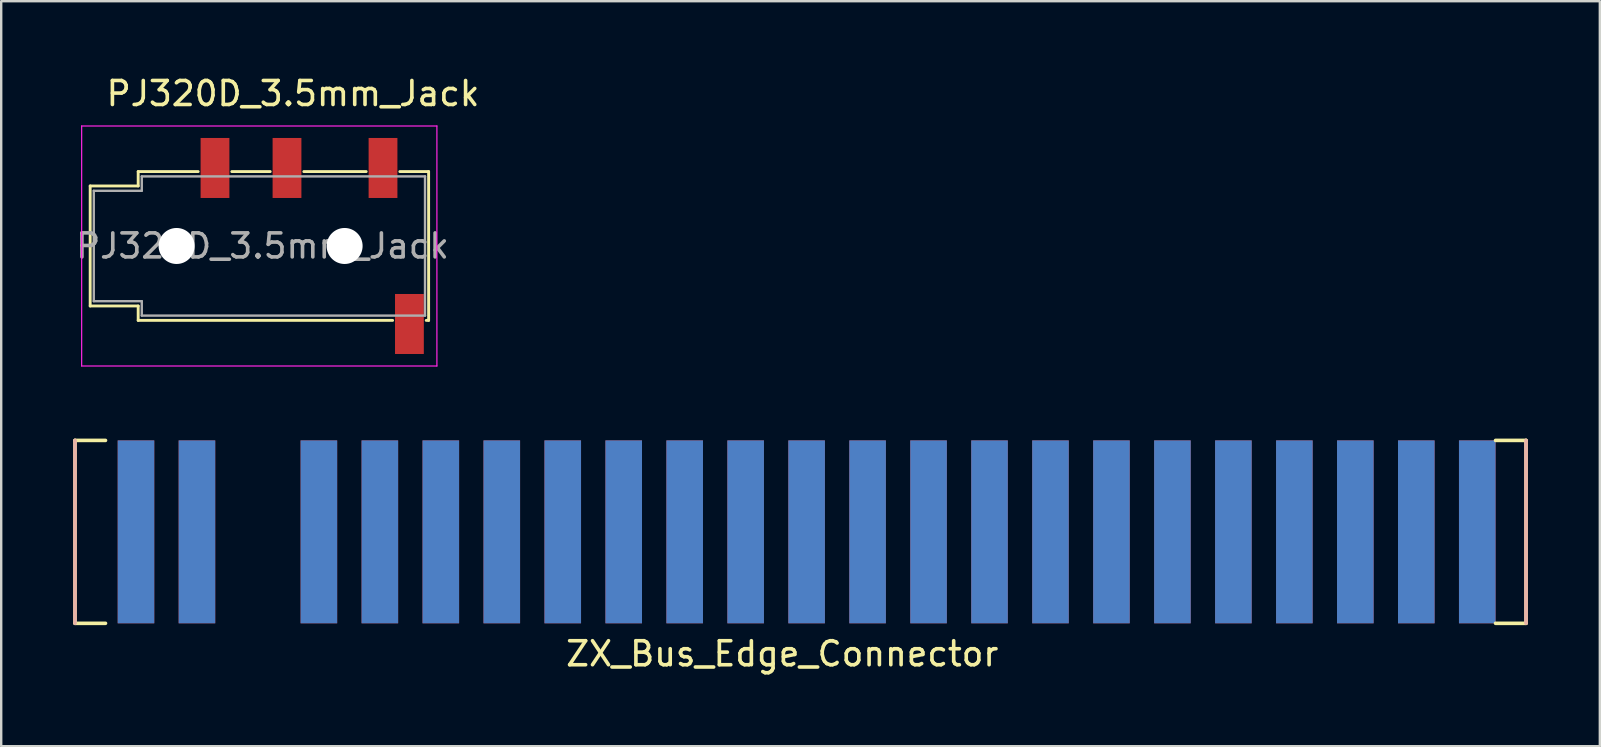
<source format=kicad_pcb>
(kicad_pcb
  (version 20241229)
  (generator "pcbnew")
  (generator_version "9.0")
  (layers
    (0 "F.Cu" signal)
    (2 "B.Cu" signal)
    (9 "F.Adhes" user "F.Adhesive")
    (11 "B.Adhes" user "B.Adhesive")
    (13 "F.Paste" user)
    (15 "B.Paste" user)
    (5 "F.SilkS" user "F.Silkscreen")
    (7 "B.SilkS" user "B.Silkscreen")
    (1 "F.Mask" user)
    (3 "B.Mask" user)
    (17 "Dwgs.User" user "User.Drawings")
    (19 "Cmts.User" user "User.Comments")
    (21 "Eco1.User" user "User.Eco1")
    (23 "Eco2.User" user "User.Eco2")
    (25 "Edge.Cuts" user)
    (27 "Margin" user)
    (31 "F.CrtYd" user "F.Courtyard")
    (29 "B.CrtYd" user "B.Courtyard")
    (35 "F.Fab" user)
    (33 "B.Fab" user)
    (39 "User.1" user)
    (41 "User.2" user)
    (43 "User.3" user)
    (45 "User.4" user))
  (footprint "PJ320D_3.5mm_Jack"
    (layer "F.Cu")
    (at 9.082 7.198)
    (property "Reference" "PJ320D_3.5mm_Jack" (at 0.075 -6.35 0) (layer "F.SilkS") (effects (font (size 1 1) (thickness 0.15))))
    (attr smd)
    (fp_line (start -8.375 -2.5) (end -8.375 2.5) (stroke (width 0.12) (type solid)) (layer "F.SilkS"))
    (fp_line (start -6.375 -3.1) (end -6.375 -2.5) (stroke (width 0.12) (type solid)) (layer "F.SilkS"))
    (fp_line (start -6.375 -3.1) (end -3.875 -3.1) (stroke (width 0.12) (type solid)) (layer "F.SilkS"))
    (fp_line (start -6.375 -2.5) (end -8.375 -2.5) (stroke (width 0.12) (type solid)) (layer "F.SilkS"))
    (fp_line (start -6.375 2.5) (end -8.375 2.5) (stroke (width 0.12) (type solid)) (layer "F.SilkS"))
    (fp_line (start -6.375 2.5) (end -6.375 3.1) (stroke (width 0.12) (type solid)) (layer "F.SilkS"))
    (fp_line (start -2.475 -3.1) (end -0.875 -3.1) (stroke (width 0.12) (type solid)) (layer "F.SilkS"))
    (fp_line (start 0.525 -3.1) (end 3.125 -3.1) (stroke (width 0.12) (type solid)) (layer "F.SilkS"))
    (fp_line (start 4.225 3.1) (end -6.375 3.1) (stroke (width 0.12) (type solid)) (layer "F.SilkS"))
    (fp_line (start 4.525 -3.1) (end 5.725 -3.1) (stroke (width 0.12) (type solid)) (layer "F.SilkS"))
    (fp_line (start 5.625 3.1) (end 5.725 3.1) (stroke (width 0.12) (type solid)) (layer "F.SilkS"))
    (fp_line (start 5.725 3.1) (end 5.725 -3.1) (stroke (width 0.12) (type solid)) (layer "F.SilkS"))
    (fp_line (start -8.73 -5) (end 6.07 -5) (stroke (width 0.05) (type solid)) (layer "F.CrtYd"))
    (fp_line (start -8.73 5) (end -8.73 -5) (stroke (width 0.05) (type solid)) (layer "F.CrtYd"))
    (fp_line (start -8.73 5) (end 6.07 5) (stroke (width 0.05) (type solid)) (layer "F.CrtYd"))
    (fp_line (start 6.07 5) (end 6.07 -5) (stroke (width 0.05) (type solid)) (layer "F.CrtYd"))
    (fp_line (start -8.225 -2.3) (end -6.225 -2.3) (stroke (width 0.1) (type solid)) (layer "F.Fab"))
    (fp_line (start -8.225 2.3) (end -8.225 -2.3) (stroke (width 0.1) (type solid)) (layer "F.Fab"))
    (fp_line (start -6.225 -2.9) (end 5.575 -2.9) (stroke (width 0.1) (type solid)) (layer "F.Fab"))
    (fp_line (start -6.225 -2.3) (end -6.225 -2.9) (stroke (width 0.1) (type solid)) (layer "F.Fab"))
    (fp_line (start -6.225 2.3) (end -8.225 2.3) (stroke (width 0.1) (type solid)) (layer "F.Fab"))
    (fp_line (start -6.225 2.9) (end -6.225 2.3) (stroke (width 0.1) (type solid)) (layer "F.Fab"))
    (fp_line (start 5.575 -2.9) (end 5.575 2.9) (stroke (width 0.1) (type solid)) (layer "F.Fab"))
    (fp_line (start 5.575 2.9) (end -6.225 2.9) (stroke (width 0.1) (type solid)) (layer "F.Fab"))
    (fp_text user "${REFERENCE}" (at -1.195 0 0) (layer "F.Fab") (effects (font (size 1 1) (thickness 0.15))))
    (pad "" np_thru_hole circle (at -4.775 0) (size 1.5 1.5) (drill 1.5) (layers "*.Cu" "*.Mask"))
    (pad "" np_thru_hole circle (at 2.225 0) (size 1.5 1.5) (drill 1.5) (layers "*.Cu" "*.Mask"))
    (pad "1" smd rect (at 3.825 -3.25) (size 1.2 2.5) (layers "F.Cu" "F.Mask" "F.Paste"))
    (pad "2" smd rect (at -0.175 -3.25) (size 1.2 2.5) (layers "F.Cu" "F.Mask" "F.Paste"))
    (pad "3" smd rect (at -3.175 -3.25) (size 1.2 2.5) (layers "F.Cu" "F.Mask" "F.Paste"))
    (pad "4" smd rect (at 4.925 3.25) (size 1.2 2.5) (layers "F.Cu" "F.Mask" "F.Paste")))
  (footprint "ZX_Bus_Edge_Connector"
    (layer "F.Cu")
    (at 29.285 19.108)
    (property "Reference" "ZX_Bus_Edge_Connector" (at 0.254 5.08 0) (layer "F.SilkS") (effects (font (size 1 1) (thickness 0.15))))
    (attr through_hole)
    (fp_line (start -29.21 -3.81) (end -29.21 3.81) (stroke (width 0.15) (type solid)) (layer "F.SilkS"))
    (fp_line (start -27.94 -3.81) (end -29.21 -3.81) (stroke (width 0.15) (type solid)) (layer "F.SilkS"))
    (fp_line (start -27.94 3.81) (end -29.21 3.81) (stroke (width 0.15) (type solid)) (layer "F.SilkS"))
    (fp_line (start 31.242 -3.81) (end 29.972 -3.81) (stroke (width 0.15) (type solid)) (layer "F.SilkS"))
    (fp_line (start 31.242 -3.81) (end 31.242 3.81) (stroke (width 0.15) (type solid)) (layer "F.SilkS"))
    (fp_line (start 31.242 3.81) (end 29.972 3.81) (stroke (width 0.15) (type solid)) (layer "F.SilkS"))
    (fp_line (start -29.21 3.81) (end -29.21 -3.81) (stroke (width 0.15) (type solid)) (layer "B.SilkS"))
    (fp_line (start 31.242 -3.81) (end 31.242 3.81) (stroke (width 0.15) (type solid)) (layer "B.SilkS"))
    (pad "A1" smd rect (at -26.67 0) (size 1.524 7.62) (layers "F.Cu" "F.Mask" "F.Paste"))
    (pad "A2" smd rect (at -24.13 0) (size 1.524 7.62) (layers "F.Cu" "F.Mask" "F.Paste"))
    (pad "A4" smd rect (at -19.05 0) (size 1.524 7.62) (layers "F.Cu" "F.Mask" "F.Paste"))
    (pad "A5" smd rect (at -16.51 0) (size 1.524 7.62) (layers "F.Cu" "F.Mask" "F.Paste"))
    (pad "A6" smd rect (at -13.97 0) (size 1.524 7.62) (layers "F.Cu" "F.Mask" "F.Paste"))
    (pad "A7" smd rect (at -11.43 0) (size 1.524 7.62) (layers "F.Cu" "F.Mask" "F.Paste"))
    (pad "A8" smd rect (at -8.89 0) (size 1.524 7.62) (layers "F.Cu" "F.Mask" "F.Paste"))
    (pad "A9" smd rect (at -6.35 0) (size 1.524 7.62) (layers "F.Cu" "F.Mask" "F.Paste"))
    (pad "A10" smd rect (at -3.81 0) (size 1.524 7.62) (layers "F.Cu" "F.Mask" "F.Paste"))
    (pad "A11" smd rect (at -1.27 0) (size 1.524 7.62) (layers "F.Cu" "F.Mask" "F.Paste"))
    (pad "A12" smd rect (at 1.27 0) (size 1.524 7.62) (layers "F.Cu" "F.Mask" "F.Paste"))
    (pad "A13" smd rect (at 3.81 0) (size 1.524 7.62) (layers "F.Cu" "F.Mask" "F.Paste"))
    (pad "A14" smd rect (at 6.35 0) (size 1.524 7.62) (layers "F.Cu" "F.Mask" "F.Paste"))
    (pad "A15" smd rect (at 8.89 0) (size 1.524 7.62) (layers "F.Cu" "F.Mask" "F.Paste"))
    (pad "A16" smd rect (at 11.43 0) (size 1.524 7.62) (layers "F.Cu" "F.Mask" "F.Paste"))
    (pad "A17" smd rect (at 13.97 0) (size 1.524 7.62) (layers "F.Cu" "F.Mask" "F.Paste"))
    (pad "A18" smd rect (at 16.51 0) (size 1.524 7.62) (layers "F.Cu" "F.Mask" "F.Paste"))
    (pad "A19" smd rect (at 19.05 0) (size 1.524 7.62) (layers "F.Cu" "F.Mask" "F.Paste"))
    (pad "A20" smd rect (at 21.59 0) (size 1.524 7.62) (layers "F.Cu" "F.Mask" "F.Paste"))
    (pad "A21" smd rect (at 24.13 0) (size 1.524 7.62) (layers "F.Cu" "F.Mask" "F.Paste"))
    (pad "A22" smd rect (at 26.67 0) (size 1.524 7.62) (layers "F.Cu" "F.Mask" "F.Paste"))
    (pad "A23" smd rect (at 29.21 0) (size 1.524 7.62) (layers "F.Cu" "F.Mask" "F.Paste"))
    (pad "B1" smd rect (at -26.67 0) (size 1.524 7.62) (layers "B.Cu" "B.Mask" "B.Paste"))
    (pad "B2" smd rect (at -24.13 0) (size 1.524 7.62) (layers "B.Cu" "B.Mask" "B.Paste"))
    (pad "B4" smd rect (at -19.05 0) (size 1.524 7.62) (layers "B.Cu" "B.Mask" "B.Paste"))
    (pad "B5" smd rect (at -16.51 0) (size 1.524 7.62) (layers "B.Cu" "B.Mask" "B.Paste"))
    (pad "B6" smd rect (at -13.97 0) (size 1.524 7.62) (layers "B.Cu" "B.Mask" "B.Paste"))
    (pad "B7" smd rect (at -11.43 0) (size 1.524 7.62) (layers "B.Cu" "B.Mask" "B.Paste"))
    (pad "B8" smd rect (at -8.89 0) (size 1.524 7.62) (layers "B.Cu" "B.Mask" "B.Paste"))
    (pad "B9" smd rect (at -6.35 0) (size 1.524 7.62) (layers "B.Cu" "B.Mask" "B.Paste"))
    (pad "B10" smd rect (at -3.81 0) (size 1.524 7.62) (layers "B.Cu" "B.Mask" "B.Paste"))
    (pad "B11" smd rect (at -1.27 0) (size 1.524 7.62) (layers "B.Cu" "B.Mask" "B.Paste"))
    (pad "B12" smd rect (at 1.27 0) (size 1.524 7.62) (layers "B.Cu" "B.Mask" "B.Paste"))
    (pad "B13" smd rect (at 3.81 0) (size 1.524 7.62) (layers "B.Cu" "B.Mask" "B.Paste"))
    (pad "B14" smd rect (at 6.35 0) (size 1.524 7.62) (layers "B.Cu" "B.Mask" "B.Paste"))
    (pad "B15" smd rect (at 8.89 0) (size 1.524 7.62) (layers "B.Cu" "B.Mask" "B.Paste"))
    (pad "B16" smd rect (at 11.43 0) (size 1.524 7.62) (layers "B.Cu" "B.Mask" "B.Paste"))
    (pad "B17" smd rect (at 13.97 0) (size 1.524 7.62) (layers "B.Cu" "B.Mask" "B.Paste"))
    (pad "B18" smd rect (at 16.51 0) (size 1.524 7.62) (layers "B.Cu" "B.Mask" "B.Paste"))
    (pad "B19" smd rect (at 19.05 0) (size 1.524 7.62) (layers "B.Cu" "B.Mask" "B.Paste"))
    (pad "B20" smd rect (at 21.59 0) (size 1.524 7.62) (layers "B.Cu" "B.Mask" "B.Paste"))
    (pad "B21" smd rect (at 24.13 0) (size 1.524 7.62) (layers "B.Cu" "B.Mask" "B.Paste"))
    (pad "B22" smd rect (at 26.67 0) (size 1.524 7.62) (layers "B.Cu" "B.Mask" "B.Paste"))
    (pad "B23" smd rect (at 29.21 0) (size 1.524 7.62) (layers "B.Cu" "B.Mask" "B.Paste")))
  (gr_rect
    (start -3 -3)
    (end 63.602 28.037)
    (stroke (width 0.1) (type default))
    (fill no)
    (layer "Edge.Cuts")))
</source>
